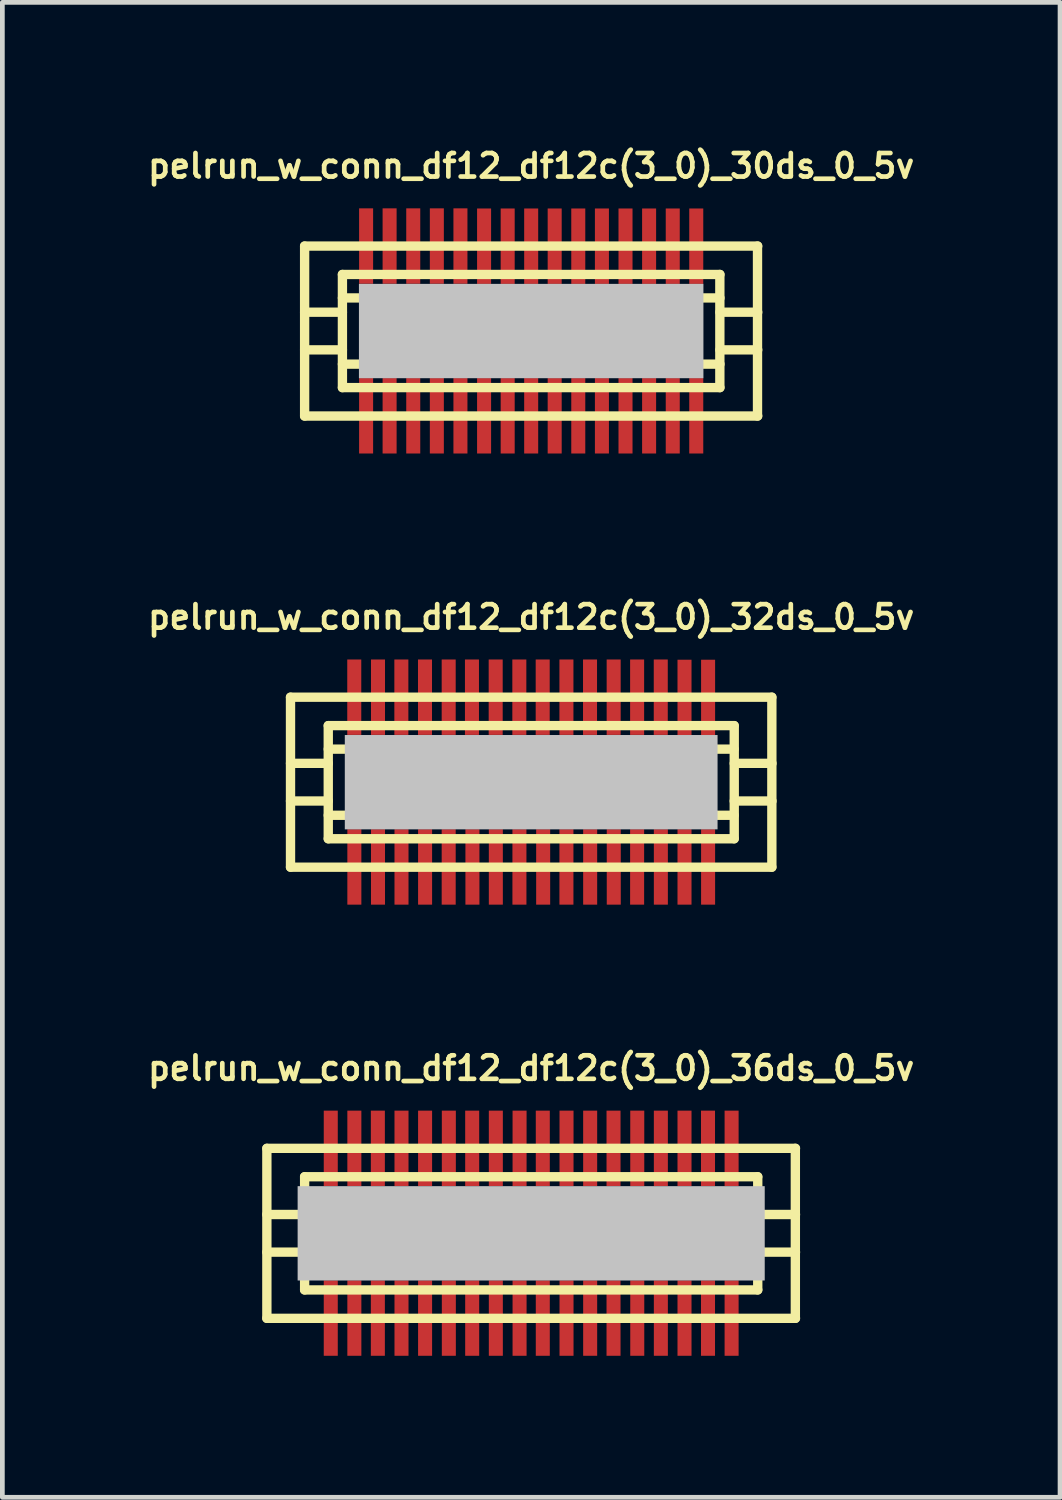
<source format=kicad_pcb>
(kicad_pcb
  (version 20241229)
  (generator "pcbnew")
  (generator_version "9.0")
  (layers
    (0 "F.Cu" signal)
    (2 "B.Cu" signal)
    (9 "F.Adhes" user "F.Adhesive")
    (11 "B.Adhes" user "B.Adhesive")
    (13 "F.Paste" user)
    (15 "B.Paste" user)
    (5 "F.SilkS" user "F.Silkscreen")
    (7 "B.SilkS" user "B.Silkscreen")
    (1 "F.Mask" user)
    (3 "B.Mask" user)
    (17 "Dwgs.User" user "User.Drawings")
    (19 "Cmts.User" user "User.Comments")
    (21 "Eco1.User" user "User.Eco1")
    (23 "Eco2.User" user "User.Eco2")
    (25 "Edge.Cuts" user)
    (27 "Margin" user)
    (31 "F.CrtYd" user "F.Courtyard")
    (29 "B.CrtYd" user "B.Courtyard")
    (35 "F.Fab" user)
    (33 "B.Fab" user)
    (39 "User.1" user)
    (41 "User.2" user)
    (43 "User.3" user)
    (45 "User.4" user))
  (footprint "pelrun_w_conn_df12_df12c(3_0)_36ds_0_5v"
    (layer "F.Cu")
    (at 8.206 23.085)
    (property "Reference" "pelrun_w_conn_df12_df12c(3_0)_36ds_0_5v" (at 0 -3.5 0) (layer "F.SilkS") (effects (font (size 0.498 0.498) (thickness 0.099))))
    (attr through_hole)
    (fp_line (start -5.601 -1.801) (end 5.601 -1.801) (stroke (width 0.198) (type solid)) (layer "F.SilkS"))
    (fp_line (start -5.601 1.801) (end -5.601 -1.801) (stroke (width 0.198) (type solid)) (layer "F.SilkS"))
    (fp_line (start -5.601 1.801) (end 5.601 1.801) (stroke (width 0.198) (type solid)) (layer "F.SilkS"))
    (fp_line (start -4.801 -1.199) (end 4.801 -1.199) (stroke (width 0.198) (type solid)) (layer "F.SilkS"))
    (fp_line (start -4.801 -0.701) (end 4.801 -0.701) (stroke (width 0.198) (type solid)) (layer "F.SilkS"))
    (fp_line (start -4.801 -0.399) (end -5.601 -0.399) (stroke (width 0.198) (type solid)) (layer "F.SilkS"))
    (fp_line (start -4.801 0.399) (end -5.601 0.399) (stroke (width 0.198) (type solid)) (layer "F.SilkS"))
    (fp_line (start -4.801 0.701) (end 4.801 0.701) (stroke (width 0.198) (type solid)) (layer "F.SilkS"))
    (fp_line (start -4.801 1.199) (end -4.801 -1.199) (stroke (width 0.198) (type solid)) (layer "F.SilkS"))
    (fp_line (start -4.801 1.199) (end 4.801 1.199) (stroke (width 0.198) (type solid)) (layer "F.SilkS"))
    (fp_line (start 4.801 -1.199) (end 4.801 1.199) (stroke (width 0.198) (type solid)) (layer "F.SilkS"))
    (fp_line (start 4.801 -0.399) (end 5.601 -0.399) (stroke (width 0.198) (type solid)) (layer "F.SilkS"))
    (fp_line (start 5.598 -1.801) (end 5.598 1.801) (stroke (width 0.198) (type solid)) (layer "F.SilkS"))
    (fp_line (start 5.601 0.399) (end 4.801 0.399) (stroke (width 0.198) (type solid)) (layer "F.SilkS"))
    (pad "" smd rect (at 0 0) (size 9.898 1.999) (layers "Dwgs.User"))
    (pad "1" smd rect (at -4.247 1.796) (size 0.297 1.598) (layers "F.Cu" "F.Mask" "F.Paste"))
    (pad "2" smd rect (at -3.747 1.796) (size 0.297 1.598) (layers "F.Cu" "F.Mask" "F.Paste"))
    (pad "3" smd rect (at -3.249 1.796) (size 0.297 1.598) (layers "F.Cu" "F.Mask" "F.Paste"))
    (pad "4" smd rect (at -2.748 1.796) (size 0.297 1.598) (layers "F.Cu" "F.Mask" "F.Paste"))
    (pad "5" smd rect (at -2.248 1.796) (size 0.297 1.598) (layers "F.Cu" "F.Mask" "F.Paste"))
    (pad "6" smd rect (at -1.745 1.796) (size 0.297 1.598) (layers "F.Cu" "F.Mask" "F.Paste"))
    (pad "7" smd rect (at -1.25 1.796) (size 0.297 1.598) (layers "F.Cu" "F.Mask" "F.Paste"))
    (pad "8" smd rect (at -0.749 1.796) (size 0.297 1.598) (layers "F.Cu" "F.Mask" "F.Paste"))
    (pad "9" smd rect (at -0.246 1.796) (size 0.297 1.598) (layers "F.Cu" "F.Mask" "F.Paste"))
    (pad "10" smd rect (at 0.246 1.796) (size 0.297 1.598) (layers "F.Cu" "F.Mask" "F.Paste"))
    (pad "11" smd rect (at 0.749 1.796) (size 0.297 1.598) (layers "F.Cu" "F.Mask" "F.Paste"))
    (pad "12" smd rect (at 1.25 1.796) (size 0.297 1.598) (layers "F.Cu" "F.Mask" "F.Paste"))
    (pad "13" smd rect (at 1.745 1.796) (size 0.297 1.598) (layers "F.Cu" "F.Mask" "F.Paste"))
    (pad "14" smd rect (at 2.248 1.796) (size 0.297 1.598) (layers "F.Cu" "F.Mask" "F.Paste"))
    (pad "15" smd rect (at 2.748 1.796) (size 0.297 1.598) (layers "F.Cu" "F.Mask" "F.Paste"))
    (pad "16" smd rect (at 3.249 1.796) (size 0.297 1.598) (layers "F.Cu" "F.Mask" "F.Paste"))
    (pad "17" smd rect (at 3.747 1.796) (size 0.297 1.598) (layers "F.Cu" "F.Mask" "F.Paste"))
    (pad "18" smd rect (at 4.247 1.796) (size 0.297 1.598) (layers "F.Cu" "F.Mask" "F.Paste"))
    (pad "19" smd rect (at 4.247 -1.801) (size 0.297 1.598) (layers "F.Cu" "F.Mask" "F.Paste"))
    (pad "20" smd rect (at 3.747 -1.801) (size 0.297 1.598) (layers "F.Cu" "F.Mask" "F.Paste"))
    (pad "21" smd rect (at 3.249 -1.801) (size 0.297 1.598) (layers "F.Cu" "F.Mask" "F.Paste"))
    (pad "22" smd rect (at 2.748 -1.801) (size 0.297 1.598) (layers "F.Cu" "F.Mask" "F.Paste"))
    (pad "23" smd rect (at 2.248 -1.801) (size 0.297 1.598) (layers "F.Cu" "F.Mask" "F.Paste"))
    (pad "24" smd rect (at 1.745 -1.801) (size 0.297 1.598) (layers "F.Cu" "F.Mask" "F.Paste"))
    (pad "25" smd rect (at 1.25 -1.801) (size 0.297 1.598) (layers "F.Cu" "F.Mask" "F.Paste"))
    (pad "26" smd rect (at 0.749 -1.801) (size 0.297 1.598) (layers "F.Cu" "F.Mask" "F.Paste"))
    (pad "27" smd rect (at 0.246 -1.801) (size 0.297 1.598) (layers "F.Cu" "F.Mask" "F.Paste"))
    (pad "28" smd rect (at -0.246 -1.801) (size 0.297 1.598) (layers "F.Cu" "F.Mask" "F.Paste"))
    (pad "29" smd rect (at -0.749 -1.801) (size 0.297 1.598) (layers "F.Cu" "F.Mask" "F.Paste"))
    (pad "30" smd rect (at -1.25 -1.801) (size 0.297 1.598) (layers "F.Cu" "F.Mask" "F.Paste"))
    (pad "31" smd rect (at -1.745 -1.801) (size 0.297 1.598) (layers "F.Cu" "F.Mask" "F.Paste"))
    (pad "32" smd rect (at -2.248 -1.801) (size 0.297 1.598) (layers "F.Cu" "F.Mask" "F.Paste"))
    (pad "33" smd rect (at -2.748 -1.801) (size 0.297 1.598) (layers "F.Cu" "F.Mask" "F.Paste"))
    (pad "34" smd rect (at -3.249 -1.801) (size 0.297 1.598) (layers "F.Cu" "F.Mask" "F.Paste"))
    (pad "35" smd rect (at -3.747 -1.801) (size 0.297 1.598) (layers "F.Cu" "F.Mask" "F.Paste"))
    (pad "36" smd rect (at -4.247 -1.801) (size 0.297 1.598) (layers "F.Cu" "F.Mask" "F.Paste")))
  (footprint "pelrun_w_conn_df12_df12c(3_0)_30ds_0_5v"
    (layer "F.Cu")
    (at 8.206 3.965)
    (property "Reference" "pelrun_w_conn_df12_df12c(3_0)_30ds_0_5v" (at 0 -3.5 0) (layer "F.SilkS") (effects (font (size 0.498 0.498) (thickness 0.099))))
    (attr through_hole)
    (fp_line (start -4.801 1.801) (end -4.801 -1.801) (stroke (width 0.198) (type solid)) (layer "F.SilkS"))
    (fp_line (start -4.801 1.801) (end 4.801 1.801) (stroke (width 0.198) (type solid)) (layer "F.SilkS"))
    (fp_line (start -4 -0.701) (end 4 -0.701) (stroke (width 0.198) (type solid)) (layer "F.SilkS"))
    (fp_line (start -4 -0.399) (end -4.801 -0.399) (stroke (width 0.198) (type solid)) (layer "F.SilkS"))
    (fp_line (start -4 0.399) (end -4.801 0.399) (stroke (width 0.198) (type solid)) (layer "F.SilkS"))
    (fp_line (start -4 1.199) (end -4 -1.199) (stroke (width 0.198) (type solid)) (layer "F.SilkS"))
    (fp_line (start 3.998 -1.199) (end 3.998 1.199) (stroke (width 0.198) (type solid)) (layer "F.SilkS"))
    (fp_line (start 4 -1.199) (end -4 -1.199) (stroke (width 0.198) (type solid)) (layer "F.SilkS"))
    (fp_line (start 4 -0.399) (end 4.801 -0.399) (stroke (width 0.198) (type solid)) (layer "F.SilkS"))
    (fp_line (start 4 0.701) (end -4 0.701) (stroke (width 0.198) (type solid)) (layer "F.SilkS"))
    (fp_line (start 4 1.199) (end -4 1.199) (stroke (width 0.198) (type solid)) (layer "F.SilkS"))
    (fp_line (start 4.796 -1.801) (end 4.796 1.801) (stroke (width 0.198) (type solid)) (layer "F.SilkS"))
    (fp_line (start 4.801 -1.801) (end -4.801 -1.801) (stroke (width 0.198) (type solid)) (layer "F.SilkS"))
    (fp_line (start 4.801 0.399) (end 4 0.399) (stroke (width 0.198) (type solid)) (layer "F.SilkS"))
    (pad "" smd rect (at 0 0) (size 7.3 1.999) (layers "Dwgs.User"))
    (pad "1" smd rect (at -3.498 1.796) (size 0.297 1.598) (layers "F.Cu" "F.Mask" "F.Paste"))
    (pad "2" smd rect (at -3 1.796) (size 0.297 1.598) (layers "F.Cu" "F.Mask" "F.Paste"))
    (pad "3" smd rect (at -2.499 1.796) (size 0.297 1.598) (layers "F.Cu" "F.Mask" "F.Paste"))
    (pad "4" smd rect (at -1.999 1.796) (size 0.297 1.598) (layers "F.Cu" "F.Mask" "F.Paste"))
    (pad "5" smd rect (at -1.499 1.796) (size 0.297 1.598) (layers "F.Cu" "F.Mask" "F.Paste"))
    (pad "6" smd rect (at -0.998 1.796) (size 0.297 1.598) (layers "F.Cu" "F.Mask" "F.Paste"))
    (pad "7" smd rect (at -0.498 1.796) (size 0.297 1.598) (layers "F.Cu" "F.Mask" "F.Paste"))
    (pad "8" smd rect (at 0 1.796) (size 0.297 1.598) (layers "F.Cu" "F.Mask" "F.Paste"))
    (pad "9" smd rect (at 0.498 1.796) (size 0.297 1.598) (layers "F.Cu" "F.Mask" "F.Paste"))
    (pad "10" smd rect (at 0.998 1.796) (size 0.297 1.598) (layers "F.Cu" "F.Mask" "F.Paste"))
    (pad "11" smd rect (at 1.499 1.796) (size 0.297 1.598) (layers "F.Cu" "F.Mask" "F.Paste"))
    (pad "12" smd rect (at 1.999 1.796) (size 0.297 1.598) (layers "F.Cu" "F.Mask" "F.Paste"))
    (pad "13" smd rect (at 2.499 1.796) (size 0.297 1.598) (layers "F.Cu" "F.Mask" "F.Paste"))
    (pad "14" smd rect (at 3 1.796) (size 0.297 1.598) (layers "F.Cu" "F.Mask" "F.Paste"))
    (pad "15" smd rect (at 3.498 1.796) (size 0.297 1.598) (layers "F.Cu" "F.Mask" "F.Paste"))
    (pad "16" smd rect (at 3.498 -1.798) (size 0.297 1.598) (layers "F.Cu" "F.Mask" "F.Paste"))
    (pad "17" smd rect (at 3 -1.798) (size 0.297 1.598) (layers "F.Cu" "F.Mask" "F.Paste"))
    (pad "18" smd rect (at 2.499 -1.798) (size 0.297 1.598) (layers "F.Cu" "F.Mask" "F.Paste"))
    (pad "19" smd rect (at 1.999 -1.798) (size 0.297 1.598) (layers "F.Cu" "F.Mask" "F.Paste"))
    (pad "20" smd rect (at 1.499 -1.798) (size 0.297 1.598) (layers "F.Cu" "F.Mask" "F.Paste"))
    (pad "21" smd rect (at 0.998 -1.798) (size 0.297 1.598) (layers "F.Cu" "F.Mask" "F.Paste"))
    (pad "22" smd rect (at 0.498 -1.798) (size 0.297 1.598) (layers "F.Cu" "F.Mask" "F.Paste"))
    (pad "23" smd rect (at 0 -1.798) (size 0.297 1.598) (layers "F.Cu" "F.Mask" "F.Paste"))
    (pad "24" smd rect (at -0.498 -1.798) (size 0.297 1.598) (layers "F.Cu" "F.Mask" "F.Paste"))
    (pad "25" smd rect (at -0.998 -1.798) (size 0.297 1.598) (layers "F.Cu" "F.Mask" "F.Paste"))
    (pad "26" smd rect (at -1.499 -1.801) (size 0.297 1.598) (layers "F.Cu" "F.Mask" "F.Paste"))
    (pad "27" smd rect (at -1.999 -1.801) (size 0.297 1.598) (layers "F.Cu" "F.Mask" "F.Paste"))
    (pad "28" smd rect (at -2.499 -1.801) (size 0.297 1.598) (layers "F.Cu" "F.Mask" "F.Paste"))
    (pad "29" smd rect (at -3 -1.801) (size 0.297 1.598) (layers "F.Cu" "F.Mask" "F.Paste"))
    (pad "30" smd rect (at -3.498 -1.801) (size 0.297 1.598) (layers "F.Cu" "F.Mask" "F.Paste")))
  (footprint "pelrun_w_conn_df12_df12c(3_0)_32ds_0_5v"
    (layer "F.Cu")
    (at 8.206 13.525)
    (property "Reference" "pelrun_w_conn_df12_df12c(3_0)_32ds_0_5v" (at 0 -3.5 0) (layer "F.SilkS") (effects (font (size 0.498 0.498) (thickness 0.099))))
    (attr through_hole)
    (fp_line (start -5.1 -1.801) (end 5.1 -1.801) (stroke (width 0.198) (type solid)) (layer "F.SilkS"))
    (fp_line (start -5.1 1.801) (end -5.1 -1.801) (stroke (width 0.198) (type solid)) (layer "F.SilkS"))
    (fp_line (start -4.3 -1.199) (end 4.3 -1.199) (stroke (width 0.198) (type solid)) (layer "F.SilkS"))
    (fp_line (start -4.3 -0.399) (end -5.1 -0.399) (stroke (width 0.198) (type solid)) (layer "F.SilkS"))
    (fp_line (start -4.3 0.399) (end -5.1 0.399) (stroke (width 0.198) (type solid)) (layer "F.SilkS"))
    (fp_line (start -4.3 0.701) (end 4.3 0.701) (stroke (width 0.198) (type solid)) (layer "F.SilkS"))
    (fp_line (start -4.3 1.199) (end -4.3 -1.199) (stroke (width 0.198) (type solid)) (layer "F.SilkS"))
    (fp_line (start 4.3 -0.701) (end -4.3 -0.701) (stroke (width 0.198) (type solid)) (layer "F.SilkS"))
    (fp_line (start 4.3 1.199) (end -4.3 1.199) (stroke (width 0.198) (type solid)) (layer "F.SilkS"))
    (fp_line (start 4.303 -1.199) (end 4.303 1.199) (stroke (width 0.198) (type solid)) (layer "F.SilkS"))
    (fp_line (start 4.303 -0.399) (end 5.103 -0.399) (stroke (width 0.198) (type solid)) (layer "F.SilkS"))
    (fp_line (start 5.1 -1.801) (end 5.1 1.801) (stroke (width 0.198) (type solid)) (layer "F.SilkS"))
    (fp_line (start 5.1 1.801) (end -5.1 1.801) (stroke (width 0.198) (type solid)) (layer "F.SilkS"))
    (fp_line (start 5.103 0.399) (end 4.303 0.399) (stroke (width 0.198) (type solid)) (layer "F.SilkS"))
    (pad "" smd rect (at 0 0) (size 7.899 1.999) (layers "Dwgs.User"))
    (pad "1" smd rect (at -3.747 1.796) (size 0.297 1.598) (layers "F.Cu" "F.Mask" "F.Paste"))
    (pad "2" smd rect (at -3.246 1.796) (size 0.297 1.598) (layers "F.Cu" "F.Mask" "F.Paste"))
    (pad "3" smd rect (at -2.748 1.796) (size 0.297 1.598) (layers "F.Cu" "F.Mask" "F.Paste"))
    (pad "4" smd rect (at -2.248 1.796) (size 0.297 1.598) (layers "F.Cu" "F.Mask" "F.Paste"))
    (pad "5" smd rect (at -1.748 1.796) (size 0.297 1.598) (layers "F.Cu" "F.Mask" "F.Paste"))
    (pad "6" smd rect (at -1.245 1.796) (size 0.297 1.598) (layers "F.Cu" "F.Mask" "F.Paste"))
    (pad "7" smd rect (at -0.749 1.796) (size 0.297 1.598) (layers "F.Cu" "F.Mask" "F.Paste"))
    (pad "8" smd rect (at -0.249 1.796) (size 0.297 1.598) (layers "F.Cu" "F.Mask" "F.Paste"))
    (pad "9" smd rect (at 0.254 1.796) (size 0.297 1.598) (layers "F.Cu" "F.Mask" "F.Paste"))
    (pad "10" smd rect (at 0.747 1.796) (size 0.297 1.598) (layers "F.Cu" "F.Mask" "F.Paste"))
    (pad "11" smd rect (at 1.25 1.796) (size 0.297 1.598) (layers "F.Cu" "F.Mask" "F.Paste"))
    (pad "12" smd rect (at 1.75 1.796) (size 0.297 1.598) (layers "F.Cu" "F.Mask" "F.Paste"))
    (pad "13" smd rect (at 2.245 1.796) (size 0.297 1.598) (layers "F.Cu" "F.Mask" "F.Paste"))
    (pad "14" smd rect (at 2.748 1.796) (size 0.297 1.598) (layers "F.Cu" "F.Mask" "F.Paste"))
    (pad "15" smd rect (at 3.249 1.796) (size 0.297 1.598) (layers "F.Cu" "F.Mask" "F.Paste"))
    (pad "16" smd rect (at 3.749 1.796) (size 0.297 1.598) (layers "F.Cu" "F.Mask" "F.Paste"))
    (pad "17" smd rect (at 3.749 -1.796) (size 0.297 1.598) (layers "F.Cu" "F.Mask" "F.Paste"))
    (pad "18" smd rect (at 3.249 -1.796) (size 0.297 1.598) (layers "F.Cu" "F.Mask" "F.Paste"))
    (pad "19" smd rect (at 2.746 -1.801) (size 0.297 1.598) (layers "F.Cu" "F.Mask" "F.Paste"))
    (pad "20" smd rect (at 2.245 -1.801) (size 0.297 1.598) (layers "F.Cu" "F.Mask" "F.Paste"))
    (pad "21" smd rect (at 1.748 -1.801) (size 0.297 1.598) (layers "F.Cu" "F.Mask" "F.Paste"))
    (pad "22" smd rect (at 1.247 -1.801) (size 0.297 1.598) (layers "F.Cu" "F.Mask" "F.Paste"))
    (pad "23" smd rect (at 0.747 -1.801) (size 0.297 1.598) (layers "F.Cu" "F.Mask" "F.Paste"))
    (pad "24" smd rect (at 0.244 -1.801) (size 0.297 1.598) (layers "F.Cu" "F.Mask" "F.Paste"))
    (pad "25" smd rect (at -0.251 -1.801) (size 0.297 1.598) (layers "F.Cu" "F.Mask" "F.Paste"))
    (pad "26" smd rect (at -0.752 -1.801) (size 0.297 1.598) (layers "F.Cu" "F.Mask" "F.Paste"))
    (pad "27" smd rect (at -1.255 -1.801) (size 0.297 1.598) (layers "F.Cu" "F.Mask" "F.Paste"))
    (pad "28" smd rect (at -1.748 -1.801) (size 0.297 1.598) (layers "F.Cu" "F.Mask" "F.Paste"))
    (pad "29" smd rect (at -2.25 -1.801) (size 0.297 1.598) (layers "F.Cu" "F.Mask" "F.Paste"))
    (pad "30" smd rect (at -2.751 -1.801) (size 0.297 1.598) (layers "F.Cu" "F.Mask" "F.Paste"))
    (pad "31" smd rect (at -3.246 -1.801) (size 0.297 1.598) (layers "F.Cu" "F.Mask" "F.Paste"))
    (pad "32" smd rect (at -3.749 -1.801) (size 0.297 1.598) (layers "F.Cu" "F.Mask" "F.Paste")))
  (gr_rect
    (start -3 -3)
    (end 19.413 28.679)
    (stroke (width 0.1) (type default))
    (fill no)
    (layer "Edge.Cuts")))
</source>
